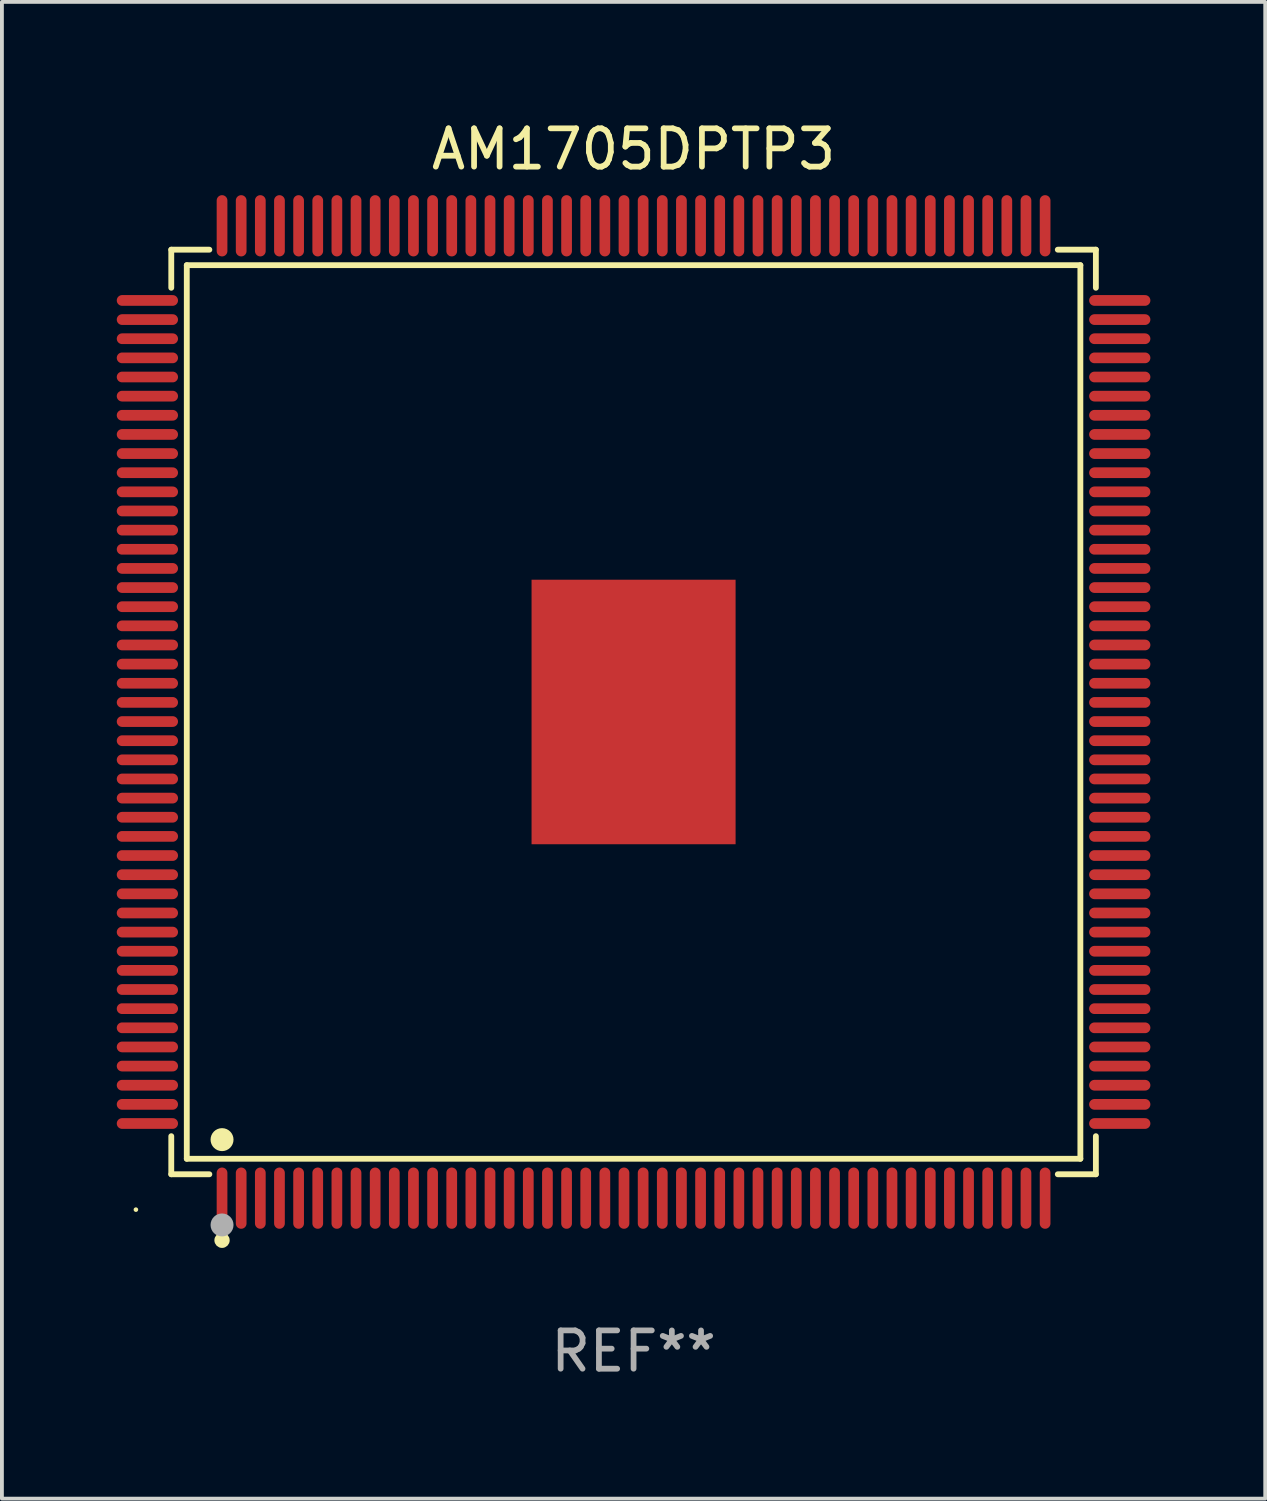
<source format=kicad_pcb>
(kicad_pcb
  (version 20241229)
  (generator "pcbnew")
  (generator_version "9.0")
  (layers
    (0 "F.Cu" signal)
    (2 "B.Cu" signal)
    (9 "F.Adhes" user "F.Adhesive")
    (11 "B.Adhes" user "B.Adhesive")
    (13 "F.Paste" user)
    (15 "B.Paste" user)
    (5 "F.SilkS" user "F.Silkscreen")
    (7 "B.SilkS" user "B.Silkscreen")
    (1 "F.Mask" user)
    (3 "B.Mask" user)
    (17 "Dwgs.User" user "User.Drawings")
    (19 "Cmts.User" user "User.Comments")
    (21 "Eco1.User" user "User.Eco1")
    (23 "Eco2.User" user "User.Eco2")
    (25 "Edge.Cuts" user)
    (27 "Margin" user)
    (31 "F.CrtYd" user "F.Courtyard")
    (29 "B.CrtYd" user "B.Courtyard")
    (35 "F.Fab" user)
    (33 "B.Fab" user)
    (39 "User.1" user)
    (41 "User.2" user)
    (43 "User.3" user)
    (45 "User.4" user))
  (footprint "AM1705DPTP3"
    (layer "F.Cu")
    (at 13.5 15.548)
    (property "Reference" "AM1705DPTP3" (at 0 -14.7 0) (layer "F.SilkS") (effects (font (size 1 1) (thickness 0.15))))
    (attr through_hole)
    (fp_line (start -12.076 -12.076) (end -11.081 -12.076) (stroke (width 0.152) (type solid)) (layer "F.SilkS"))
    (fp_line (start -12.076 -11.081) (end -12.076 -12.076) (stroke (width 0.152) (type solid)) (layer "F.SilkS"))
    (fp_line (start -12.076 11.081) (end -12.076 12.076) (stroke (width 0.152) (type solid)) (layer "F.SilkS"))
    (fp_line (start -12.076 12.076) (end -11.081 12.076) (stroke (width 0.152) (type solid)) (layer "F.SilkS"))
    (fp_line (start -11.671 -11.671) (end 11.671 -11.671) (stroke (width 0.152) (type solid)) (layer "F.SilkS"))
    (fp_line (start -11.671 11.671) (end -11.671 -11.671) (stroke (width 0.152) (type solid)) (layer "F.SilkS"))
    (fp_line (start 11.671 -11.671) (end 11.671 11.671) (stroke (width 0.152) (type solid)) (layer "F.SilkS"))
    (fp_line (start 11.671 11.671) (end -11.671 11.671) (stroke (width 0.152) (type solid)) (layer "F.SilkS"))
    (fp_line (start 12.076 -12.076) (end 11.081 -12.076) (stroke (width 0.152) (type solid)) (layer "F.SilkS"))
    (fp_line (start 12.076 -11.081) (end 12.076 -12.076) (stroke (width 0.152) (type solid)) (layer "F.SilkS"))
    (fp_line (start 12.076 11.081) (end 12.076 12.076) (stroke (width 0.152) (type solid)) (layer "F.SilkS"))
    (fp_line (start 12.076 12.076) (end 11.081 12.076) (stroke (width 0.152) (type solid)) (layer "F.SilkS"))
    (fp_circle (center -13 13) (end -12.97 13) (stroke (width 0.06) (type solid)) (fill no) (layer "F.SilkS"))
    (fp_circle (center -10.75 11.171) (end -10.6 11.171) (stroke (width 0.3) (type solid)) (fill no) (layer "F.SilkS"))
    (fp_circle (center -10.75 13.8) (end -10.65 13.8) (stroke (width 0.2) (type solid)) (fill no) (layer "F.SilkS"))
    (fp_circle (center -10.75 13.4) (end -10.6 13.4) (stroke (width 0.3) (type solid)) (fill no) (layer "F.Fab"))
    (fp_text user "REF**" (at 0 16.7 0) (layer "F.Fab") (effects (font (size 1 1) (thickness 0.15))))
    (pad "1" smd oval (at -10.75 12.7) (size 0.28 1.6) (layers "F.Cu" "F.Mask" "F.Paste"))
    (pad "2" smd oval (at -10.25 12.7) (size 0.28 1.6) (layers "F.Cu" "F.Mask" "F.Paste"))
    (pad "3" smd oval (at -9.75 12.7) (size 0.28 1.6) (layers "F.Cu" "F.Mask" "F.Paste"))
    (pad "4" smd oval (at -9.25 12.7) (size 0.28 1.6) (layers "F.Cu" "F.Mask" "F.Paste"))
    (pad "5" smd oval (at -8.75 12.7) (size 0.28 1.6) (layers "F.Cu" "F.Mask" "F.Paste"))
    (pad "6" smd oval (at -8.25 12.7) (size 0.28 1.6) (layers "F.Cu" "F.Mask" "F.Paste"))
    (pad "7" smd oval (at -7.75 12.7) (size 0.28 1.6) (layers "F.Cu" "F.Mask" "F.Paste"))
    (pad "8" smd oval (at -7.25 12.7) (size 0.28 1.6) (layers "F.Cu" "F.Mask" "F.Paste"))
    (pad "9" smd oval (at -6.75 12.7) (size 0.28 1.6) (layers "F.Cu" "F.Mask" "F.Paste"))
    (pad "10" smd oval (at -6.25 12.7) (size 0.28 1.6) (layers "F.Cu" "F.Mask" "F.Paste"))
    (pad "11" smd oval (at -5.75 12.7) (size 0.28 1.6) (layers "F.Cu" "F.Mask" "F.Paste"))
    (pad "12" smd oval (at -5.25 12.7) (size 0.28 1.6) (layers "F.Cu" "F.Mask" "F.Paste"))
    (pad "13" smd oval (at -4.75 12.7) (size 0.28 1.6) (layers "F.Cu" "F.Mask" "F.Paste"))
    (pad "14" smd oval (at -4.25 12.7) (size 0.28 1.6) (layers "F.Cu" "F.Mask" "F.Paste"))
    (pad "15" smd oval (at -3.75 12.7) (size 0.28 1.6) (layers "F.Cu" "F.Mask" "F.Paste"))
    (pad "16" smd oval (at -3.25 12.7) (size 0.28 1.6) (layers "F.Cu" "F.Mask" "F.Paste"))
    (pad "17" smd oval (at -2.75 12.7) (size 0.28 1.6) (layers "F.Cu" "F.Mask" "F.Paste"))
    (pad "18" smd oval (at -2.25 12.7) (size 0.28 1.6) (layers "F.Cu" "F.Mask" "F.Paste"))
    (pad "19" smd oval (at -1.75 12.7) (size 0.28 1.6) (layers "F.Cu" "F.Mask" "F.Paste"))
    (pad "20" smd oval (at -1.25 12.7) (size 0.28 1.6) (layers "F.Cu" "F.Mask" "F.Paste"))
    (pad "21" smd oval (at -0.75 12.7) (size 0.28 1.6) (layers "F.Cu" "F.Mask" "F.Paste"))
    (pad "22" smd oval (at -0.25 12.7) (size 0.28 1.6) (layers "F.Cu" "F.Mask" "F.Paste"))
    (pad "23" smd oval (at 0.25 12.7) (size 0.28 1.6) (layers "F.Cu" "F.Mask" "F.Paste"))
    (pad "24" smd oval (at 0.75 12.7) (size 0.28 1.6) (layers "F.Cu" "F.Mask" "F.Paste"))
    (pad "25" smd oval (at 1.25 12.7) (size 0.28 1.6) (layers "F.Cu" "F.Mask" "F.Paste"))
    (pad "26" smd oval (at 1.75 12.7) (size 0.28 1.6) (layers "F.Cu" "F.Mask" "F.Paste"))
    (pad "27" smd oval (at 2.25 12.7) (size 0.28 1.6) (layers "F.Cu" "F.Mask" "F.Paste"))
    (pad "28" smd oval (at 2.75 12.7) (size 0.28 1.6) (layers "F.Cu" "F.Mask" "F.Paste"))
    (pad "29" smd oval (at 3.25 12.7) (size 0.28 1.6) (layers "F.Cu" "F.Mask" "F.Paste"))
    (pad "30" smd oval (at 3.75 12.7) (size 0.28 1.6) (layers "F.Cu" "F.Mask" "F.Paste"))
    (pad "31" smd oval (at 4.25 12.7) (size 0.28 1.6) (layers "F.Cu" "F.Mask" "F.Paste"))
    (pad "32" smd oval (at 4.75 12.7) (size 0.28 1.6) (layers "F.Cu" "F.Mask" "F.Paste"))
    (pad "33" smd oval (at 5.25 12.7) (size 0.28 1.6) (layers "F.Cu" "F.Mask" "F.Paste"))
    (pad "34" smd oval (at 5.75 12.7) (size 0.28 1.6) (layers "F.Cu" "F.Mask" "F.Paste"))
    (pad "35" smd oval (at 6.25 12.7) (size 0.28 1.6) (layers "F.Cu" "F.Mask" "F.Paste"))
    (pad "36" smd oval (at 6.75 12.7) (size 0.28 1.6) (layers "F.Cu" "F.Mask" "F.Paste"))
    (pad "37" smd oval (at 7.25 12.7) (size 0.28 1.6) (layers "F.Cu" "F.Mask" "F.Paste"))
    (pad "38" smd oval (at 7.75 12.7) (size 0.28 1.6) (layers "F.Cu" "F.Mask" "F.Paste"))
    (pad "39" smd oval (at 8.25 12.7) (size 0.28 1.6) (layers "F.Cu" "F.Mask" "F.Paste"))
    (pad "40" smd oval (at 8.75 12.7) (size 0.28 1.6) (layers "F.Cu" "F.Mask" "F.Paste"))
    (pad "41" smd oval (at 9.25 12.7) (size 0.28 1.6) (layers "F.Cu" "F.Mask" "F.Paste"))
    (pad "42" smd oval (at 9.75 12.7) (size 0.28 1.6) (layers "F.Cu" "F.Mask" "F.Paste"))
    (pad "43" smd oval (at 10.25 12.7) (size 0.28 1.6) (layers "F.Cu" "F.Mask" "F.Paste"))
    (pad "44" smd oval (at 10.75 12.7) (size 0.28 1.6) (layers "F.Cu" "F.Mask" "F.Paste"))
    (pad "45" smd oval (at 12.7 10.75) (size 1.6 0.28) (layers "F.Cu" "F.Mask" "F.Paste"))
    (pad "46" smd oval (at 12.7 10.25) (size 1.6 0.28) (layers "F.Cu" "F.Mask" "F.Paste"))
    (pad "47" smd oval (at 12.7 9.75) (size 1.6 0.28) (layers "F.Cu" "F.Mask" "F.Paste"))
    (pad "48" smd oval (at 12.7 9.25) (size 1.6 0.28) (layers "F.Cu" "F.Mask" "F.Paste"))
    (pad "49" smd oval (at 12.7 8.75) (size 1.6 0.28) (layers "F.Cu" "F.Mask" "F.Paste"))
    (pad "50" smd oval (at 12.7 8.25) (size 1.6 0.28) (layers "F.Cu" "F.Mask" "F.Paste"))
    (pad "51" smd oval (at 12.7 7.75) (size 1.6 0.28) (layers "F.Cu" "F.Mask" "F.Paste"))
    (pad "52" smd oval (at 12.7 7.25) (size 1.6 0.28) (layers "F.Cu" "F.Mask" "F.Paste"))
    (pad "53" smd oval (at 12.7 6.75) (size 1.6 0.28) (layers "F.Cu" "F.Mask" "F.Paste"))
    (pad "54" smd oval (at 12.7 6.25) (size 1.6 0.28) (layers "F.Cu" "F.Mask" "F.Paste"))
    (pad "55" smd oval (at 12.7 5.75) (size 1.6 0.28) (layers "F.Cu" "F.Mask" "F.Paste"))
    (pad "56" smd oval (at 12.7 5.25) (size 1.6 0.28) (layers "F.Cu" "F.Mask" "F.Paste"))
    (pad "57" smd oval (at 12.7 4.75) (size 1.6 0.28) (layers "F.Cu" "F.Mask" "F.Paste"))
    (pad "58" smd oval (at 12.7 4.25) (size 1.6 0.28) (layers "F.Cu" "F.Mask" "F.Paste"))
    (pad "59" smd oval (at 12.7 3.75) (size 1.6 0.28) (layers "F.Cu" "F.Mask" "F.Paste"))
    (pad "60" smd oval (at 12.7 3.25) (size 1.6 0.28) (layers "F.Cu" "F.Mask" "F.Paste"))
    (pad "61" smd oval (at 12.7 2.75) (size 1.6 0.28) (layers "F.Cu" "F.Mask" "F.Paste"))
    (pad "62" smd oval (at 12.7 2.25) (size 1.6 0.28) (layers "F.Cu" "F.Mask" "F.Paste"))
    (pad "63" smd oval (at 12.7 1.75) (size 1.6 0.28) (layers "F.Cu" "F.Mask" "F.Paste"))
    (pad "64" smd oval (at 12.7 1.25) (size 1.6 0.28) (layers "F.Cu" "F.Mask" "F.Paste"))
    (pad "65" smd oval (at 12.7 0.75) (size 1.6 0.28) (layers "F.Cu" "F.Mask" "F.Paste"))
    (pad "66" smd oval (at 12.7 0.25) (size 1.6 0.28) (layers "F.Cu" "F.Mask" "F.Paste"))
    (pad "67" smd oval (at 12.7 -0.25) (size 1.6 0.28) (layers "F.Cu" "F.Mask" "F.Paste"))
    (pad "68" smd oval (at 12.7 -0.75) (size 1.6 0.28) (layers "F.Cu" "F.Mask" "F.Paste"))
    (pad "69" smd oval (at 12.7 -1.25) (size 1.6 0.28) (layers "F.Cu" "F.Mask" "F.Paste"))
    (pad "70" smd oval (at 12.7 -1.75) (size 1.6 0.28) (layers "F.Cu" "F.Mask" "F.Paste"))
    (pad "71" smd oval (at 12.7 -2.25) (size 1.6 0.28) (layers "F.Cu" "F.Mask" "F.Paste"))
    (pad "72" smd oval (at 12.7 -2.75) (size 1.6 0.28) (layers "F.Cu" "F.Mask" "F.Paste"))
    (pad "73" smd oval (at 12.7 -3.25) (size 1.6 0.28) (layers "F.Cu" "F.Mask" "F.Paste"))
    (pad "74" smd oval (at 12.7 -3.75) (size 1.6 0.28) (layers "F.Cu" "F.Mask" "F.Paste"))
    (pad "75" smd oval (at 12.7 -4.25) (size 1.6 0.28) (layers "F.Cu" "F.Mask" "F.Paste"))
    (pad "76" smd oval (at 12.7 -4.75) (size 1.6 0.28) (layers "F.Cu" "F.Mask" "F.Paste"))
    (pad "77" smd oval (at 12.7 -5.25) (size 1.6 0.28) (layers "F.Cu" "F.Mask" "F.Paste"))
    (pad "78" smd oval (at 12.7 -5.75) (size 1.6 0.28) (layers "F.Cu" "F.Mask" "F.Paste"))
    (pad "79" smd oval (at 12.7 -6.25) (size 1.6 0.28) (layers "F.Cu" "F.Mask" "F.Paste"))
    (pad "80" smd oval (at 12.7 -6.75) (size 1.6 0.28) (layers "F.Cu" "F.Mask" "F.Paste"))
    (pad "81" smd oval (at 12.7 -7.25) (size 1.6 0.28) (layers "F.Cu" "F.Mask" "F.Paste"))
    (pad "82" smd oval (at 12.7 -7.75) (size 1.6 0.28) (layers "F.Cu" "F.Mask" "F.Paste"))
    (pad "83" smd oval (at 12.7 -8.25) (size 1.6 0.28) (layers "F.Cu" "F.Mask" "F.Paste"))
    (pad "84" smd oval (at 12.7 -8.75) (size 1.6 0.28) (layers "F.Cu" "F.Mask" "F.Paste"))
    (pad "85" smd oval (at 12.7 -9.25) (size 1.6 0.28) (layers "F.Cu" "F.Mask" "F.Paste"))
    (pad "86" smd oval (at 12.7 -9.75) (size 1.6 0.28) (layers "F.Cu" "F.Mask" "F.Paste"))
    (pad "87" smd oval (at 12.7 -10.25) (size 1.6 0.28) (layers "F.Cu" "F.Mask" "F.Paste"))
    (pad "88" smd oval (at 12.7 -10.75) (size 1.6 0.28) (layers "F.Cu" "F.Mask" "F.Paste"))
    (pad "89" smd oval (at 10.75 -12.7) (size 0.28 1.6) (layers "F.Cu" "F.Mask" "F.Paste"))
    (pad "90" smd oval (at 10.25 -12.7) (size 0.28 1.6) (layers "F.Cu" "F.Mask" "F.Paste"))
    (pad "91" smd oval (at 9.75 -12.7) (size 0.28 1.6) (layers "F.Cu" "F.Mask" "F.Paste"))
    (pad "92" smd oval (at 9.25 -12.7) (size 0.28 1.6) (layers "F.Cu" "F.Mask" "F.Paste"))
    (pad "93" smd oval (at 8.75 -12.7) (size 0.28 1.6) (layers "F.Cu" "F.Mask" "F.Paste"))
    (pad "94" smd oval (at 8.25 -12.7) (size 0.28 1.6) (layers "F.Cu" "F.Mask" "F.Paste"))
    (pad "95" smd oval (at 7.75 -12.7) (size 0.28 1.6) (layers "F.Cu" "F.Mask" "F.Paste"))
    (pad "96" smd oval (at 7.25 -12.7) (size 0.28 1.6) (layers "F.Cu" "F.Mask" "F.Paste"))
    (pad "97" smd oval (at 6.75 -12.7) (size 0.28 1.6) (layers "F.Cu" "F.Mask" "F.Paste"))
    (pad "98" smd oval (at 6.25 -12.7) (size 0.28 1.6) (layers "F.Cu" "F.Mask" "F.Paste"))
    (pad "99" smd oval (at 5.75 -12.7) (size 0.28 1.6) (layers "F.Cu" "F.Mask" "F.Paste"))
    (pad "100" smd oval (at 5.25 -12.7) (size 0.28 1.6) (layers "F.Cu" "F.Mask" "F.Paste"))
    (pad "101" smd oval (at 4.75 -12.7) (size 0.28 1.6) (layers "F.Cu" "F.Mask" "F.Paste"))
    (pad "102" smd oval (at 4.25 -12.7) (size 0.28 1.6) (layers "F.Cu" "F.Mask" "F.Paste"))
    (pad "103" smd oval (at 3.75 -12.7) (size 0.28 1.6) (layers "F.Cu" "F.Mask" "F.Paste"))
    (pad "104" smd oval (at 3.25 -12.7) (size 0.28 1.6) (layers "F.Cu" "F.Mask" "F.Paste"))
    (pad "105" smd oval (at 2.75 -12.7) (size 0.28 1.6) (layers "F.Cu" "F.Mask" "F.Paste"))
    (pad "106" smd oval (at 2.25 -12.7) (size 0.28 1.6) (layers "F.Cu" "F.Mask" "F.Paste"))
    (pad "107" smd oval (at 1.75 -12.7) (size 0.28 1.6) (layers "F.Cu" "F.Mask" "F.Paste"))
    (pad "108" smd oval (at 1.25 -12.7) (size 0.28 1.6) (layers "F.Cu" "F.Mask" "F.Paste"))
    (pad "109" smd oval (at 0.75 -12.7) (size 0.28 1.6) (layers "F.Cu" "F.Mask" "F.Paste"))
    (pad "110" smd oval (at 0.25 -12.7) (size 0.28 1.6) (layers "F.Cu" "F.Mask" "F.Paste"))
    (pad "111" smd oval (at -0.25 -12.7) (size 0.28 1.6) (layers "F.Cu" "F.Mask" "F.Paste"))
    (pad "112" smd oval (at -0.75 -12.7) (size 0.28 1.6) (layers "F.Cu" "F.Mask" "F.Paste"))
    (pad "113" smd oval (at -1.25 -12.7) (size 0.28 1.6) (layers "F.Cu" "F.Mask" "F.Paste"))
    (pad "114" smd oval (at -1.75 -12.7) (size 0.28 1.6) (layers "F.Cu" "F.Mask" "F.Paste"))
    (pad "115" smd oval (at -2.25 -12.7) (size 0.28 1.6) (layers "F.Cu" "F.Mask" "F.Paste"))
    (pad "116" smd oval (at -2.75 -12.7) (size 0.28 1.6) (layers "F.Cu" "F.Mask" "F.Paste"))
    (pad "117" smd oval (at -3.25 -12.7) (size 0.28 1.6) (layers "F.Cu" "F.Mask" "F.Paste"))
    (pad "118" smd oval (at -3.75 -12.7) (size 0.28 1.6) (layers "F.Cu" "F.Mask" "F.Paste"))
    (pad "119" smd oval (at -4.25 -12.7) (size 0.28 1.6) (layers "F.Cu" "F.Mask" "F.Paste"))
    (pad "120" smd oval (at -4.75 -12.7) (size 0.28 1.6) (layers "F.Cu" "F.Mask" "F.Paste"))
    (pad "121" smd oval (at -5.25 -12.7) (size 0.28 1.6) (layers "F.Cu" "F.Mask" "F.Paste"))
    (pad "122" smd oval (at -5.75 -12.7) (size 0.28 1.6) (layers "F.Cu" "F.Mask" "F.Paste"))
    (pad "123" smd oval (at -6.25 -12.7) (size 0.28 1.6) (layers "F.Cu" "F.Mask" "F.Paste"))
    (pad "124" smd oval (at -6.75 -12.7) (size 0.28 1.6) (layers "F.Cu" "F.Mask" "F.Paste"))
    (pad "125" smd oval (at -7.25 -12.7) (size 0.28 1.6) (layers "F.Cu" "F.Mask" "F.Paste"))
    (pad "126" smd oval (at -7.75 -12.7) (size 0.28 1.6) (layers "F.Cu" "F.Mask" "F.Paste"))
    (pad "127" smd oval (at -8.25 -12.7) (size 0.28 1.6) (layers "F.Cu" "F.Mask" "F.Paste"))
    (pad "128" smd oval (at -8.75 -12.7) (size 0.28 1.6) (layers "F.Cu" "F.Mask" "F.Paste"))
    (pad "129" smd oval (at -9.25 -12.7) (size 0.28 1.6) (layers "F.Cu" "F.Mask" "F.Paste"))
    (pad "130" smd oval (at -9.75 -12.7) (size 0.28 1.6) (layers "F.Cu" "F.Mask" "F.Paste"))
    (pad "131" smd oval (at -10.25 -12.7) (size 0.28 1.6) (layers "F.Cu" "F.Mask" "F.Paste"))
    (pad "132" smd oval (at -10.75 -12.7) (size 0.28 1.6) (layers "F.Cu" "F.Mask" "F.Paste"))
    (pad "133" smd oval (at -12.7 -10.75) (size 1.6 0.28) (layers "F.Cu" "F.Mask" "F.Paste"))
    (pad "134" smd oval (at -12.7 -10.25) (size 1.6 0.28) (layers "F.Cu" "F.Mask" "F.Paste"))
    (pad "135" smd oval (at -12.7 -9.75) (size 1.6 0.28) (layers "F.Cu" "F.Mask" "F.Paste"))
    (pad "136" smd oval (at -12.7 -9.25) (size 1.6 0.28) (layers "F.Cu" "F.Mask" "F.Paste"))
    (pad "137" smd oval (at -12.7 -8.75) (size 1.6 0.28) (layers "F.Cu" "F.Mask" "F.Paste"))
    (pad "138" smd oval (at -12.7 -8.25) (size 1.6 0.28) (layers "F.Cu" "F.Mask" "F.Paste"))
    (pad "139" smd oval (at -12.7 -7.75) (size 1.6 0.28) (layers "F.Cu" "F.Mask" "F.Paste"))
    (pad "140" smd oval (at -12.7 -7.25) (size 1.6 0.28) (layers "F.Cu" "F.Mask" "F.Paste"))
    (pad "141" smd oval (at -12.7 -6.75) (size 1.6 0.28) (layers "F.Cu" "F.Mask" "F.Paste"))
    (pad "142" smd oval (at -12.7 -6.25) (size 1.6 0.28) (layers "F.Cu" "F.Mask" "F.Paste"))
    (pad "143" smd oval (at -12.7 -5.75) (size 1.6 0.28) (layers "F.Cu" "F.Mask" "F.Paste"))
    (pad "144" smd oval (at -12.7 -5.25) (size 1.6 0.28) (layers "F.Cu" "F.Mask" "F.Paste"))
    (pad "145" smd oval (at -12.7 -4.75) (size 1.6 0.28) (layers "F.Cu" "F.Mask" "F.Paste"))
    (pad "146" smd oval (at -12.7 -4.25) (size 1.6 0.28) (layers "F.Cu" "F.Mask" "F.Paste"))
    (pad "147" smd oval (at -12.7 -3.75) (size 1.6 0.28) (layers "F.Cu" "F.Mask" "F.Paste"))
    (pad "148" smd oval (at -12.7 -3.25) (size 1.6 0.28) (layers "F.Cu" "F.Mask" "F.Paste"))
    (pad "149" smd oval (at -12.7 -2.75) (size 1.6 0.28) (layers "F.Cu" "F.Mask" "F.Paste"))
    (pad "150" smd oval (at -12.7 -2.25) (size 1.6 0.28) (layers "F.Cu" "F.Mask" "F.Paste"))
    (pad "151" smd oval (at -12.7 -1.75) (size 1.6 0.28) (layers "F.Cu" "F.Mask" "F.Paste"))
    (pad "152" smd oval (at -12.7 -1.25) (size 1.6 0.28) (layers "F.Cu" "F.Mask" "F.Paste"))
    (pad "153" smd oval (at -12.7 -0.75) (size 1.6 0.28) (layers "F.Cu" "F.Mask" "F.Paste"))
    (pad "154" smd oval (at -12.7 -0.25) (size 1.6 0.28) (layers "F.Cu" "F.Mask" "F.Paste"))
    (pad "155" smd oval (at -12.7 0.25) (size 1.6 0.28) (layers "F.Cu" "F.Mask" "F.Paste"))
    (pad "156" smd oval (at -12.7 0.75) (size 1.6 0.28) (layers "F.Cu" "F.Mask" "F.Paste"))
    (pad "157" smd oval (at -12.7 1.25) (size 1.6 0.28) (layers "F.Cu" "F.Mask" "F.Paste"))
    (pad "158" smd oval (at -12.7 1.75) (size 1.6 0.28) (layers "F.Cu" "F.Mask" "F.Paste"))
    (pad "159" smd oval (at -12.7 2.25) (size 1.6 0.28) (layers "F.Cu" "F.Mask" "F.Paste"))
    (pad "160" smd oval (at -12.7 2.75) (size 1.6 0.28) (layers "F.Cu" "F.Mask" "F.Paste"))
    (pad "161" smd oval (at -12.7 3.25) (size 1.6 0.28) (layers "F.Cu" "F.Mask" "F.Paste"))
    (pad "162" smd oval (at -12.7 3.75) (size 1.6 0.28) (layers "F.Cu" "F.Mask" "F.Paste"))
    (pad "163" smd oval (at -12.7 4.25) (size 1.6 0.28) (layers "F.Cu" "F.Mask" "F.Paste"))
    (pad "164" smd oval (at -12.7 4.75) (size 1.6 0.28) (layers "F.Cu" "F.Mask" "F.Paste"))
    (pad "165" smd oval (at -12.7 5.25) (size 1.6 0.28) (layers "F.Cu" "F.Mask" "F.Paste"))
    (pad "166" smd oval (at -12.7 5.75) (size 1.6 0.28) (layers "F.Cu" "F.Mask" "F.Paste"))
    (pad "167" smd oval (at -12.7 6.25) (size 1.6 0.28) (layers "F.Cu" "F.Mask" "F.Paste"))
    (pad "168" smd oval (at -12.7 6.75) (size 1.6 0.28) (layers "F.Cu" "F.Mask" "F.Paste"))
    (pad "169" smd oval (at -12.7 7.25) (size 1.6 0.28) (layers "F.Cu" "F.Mask" "F.Paste"))
    (pad "170" smd oval (at -12.7 7.75) (size 1.6 0.28) (layers "F.Cu" "F.Mask" "F.Paste"))
    (pad "171" smd oval (at -12.7 8.25) (size 1.6 0.28) (layers "F.Cu" "F.Mask" "F.Paste"))
    (pad "172" smd oval (at -12.7 8.75) (size 1.6 0.28) (layers "F.Cu" "F.Mask" "F.Paste"))
    (pad "173" smd oval (at -12.7 9.25) (size 1.6 0.28) (layers "F.Cu" "F.Mask" "F.Paste"))
    (pad "174" smd oval (at -12.7 9.75) (size 1.6 0.28) (layers "F.Cu" "F.Mask" "F.Paste"))
    (pad "175" smd oval (at -12.7 10.25) (size 1.6 0.28) (layers "F.Cu" "F.Mask" "F.Paste"))
    (pad "176" smd oval (at -12.7 10.75) (size 1.6 0.28) (layers "F.Cu" "F.Mask" "F.Paste"))
    (pad "177" smd rect (at 0 0) (size 5.33 6.91) (layers "F.Cu" "F.Mask" "F.Paste")))
  (gr_rect
    (start -3 -3)
    (end 30 36.097)
    (stroke (width 0.1) (type default))
    (fill no)
    (layer "Edge.Cuts")))
</source>
